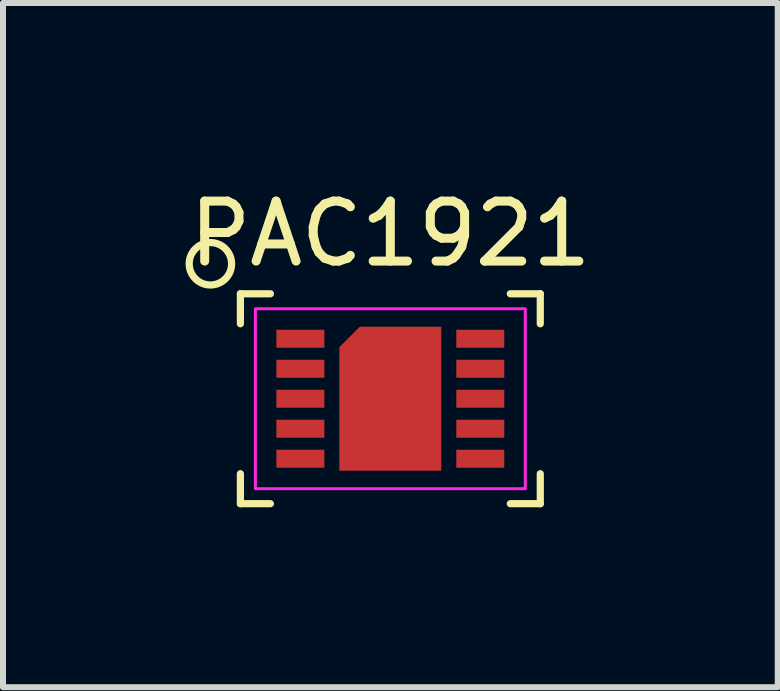
<source format=kicad_pcb>
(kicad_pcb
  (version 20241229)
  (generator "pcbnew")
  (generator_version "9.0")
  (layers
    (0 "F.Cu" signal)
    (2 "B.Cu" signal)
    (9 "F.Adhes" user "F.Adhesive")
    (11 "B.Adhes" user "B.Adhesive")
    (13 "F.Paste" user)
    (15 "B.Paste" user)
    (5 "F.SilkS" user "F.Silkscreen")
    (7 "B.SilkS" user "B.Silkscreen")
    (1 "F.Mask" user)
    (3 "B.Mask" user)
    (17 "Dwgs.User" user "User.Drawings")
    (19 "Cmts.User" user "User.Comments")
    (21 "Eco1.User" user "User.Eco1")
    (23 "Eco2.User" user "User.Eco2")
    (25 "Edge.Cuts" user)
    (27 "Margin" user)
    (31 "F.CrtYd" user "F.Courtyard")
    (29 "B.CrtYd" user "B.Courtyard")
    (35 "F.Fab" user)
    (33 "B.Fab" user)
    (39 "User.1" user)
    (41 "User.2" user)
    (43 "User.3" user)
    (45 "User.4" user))
  (footprint "PAC1921"
    (layer "F.Cu")
    (at 3.458 3.598)
    (property "Reference" "PAC1921" (at 0 -2.75 0) (unlocked yes) (layer "F.SilkS") (effects (font (size 1 1) (thickness 0.15))))
    (attr smd)
    (fp_line (start -2.5 -1.75) (end -2 -1.75) (stroke (width 0.12) (type solid)) (layer "F.SilkS"))
    (fp_line (start -2.5 -1.25) (end -2.5 -1.75) (stroke (width 0.12) (type solid)) (layer "F.SilkS"))
    (fp_line (start -2.5 1.75) (end -2.5 1.25) (stroke (width 0.12) (type solid)) (layer "F.SilkS"))
    (fp_line (start -2 1.75) (end -2.5 1.75) (stroke (width 0.12) (type solid)) (layer "F.SilkS"))
    (fp_line (start 2 -1.75) (end 2.5 -1.75) (stroke (width 0.12) (type solid)) (layer "F.SilkS"))
    (fp_line (start 2.5 -1.75) (end 2.5 -1.25) (stroke (width 0.12) (type solid)) (layer "F.SilkS"))
    (fp_line (start 2.5 1.25) (end 2.5 1.75) (stroke (width 0.12) (type solid)) (layer "F.SilkS"))
    (fp_line (start 2.5 1.75) (end 2 1.75) (stroke (width 0.12) (type solid)) (layer "F.SilkS"))
    (fp_circle (center -3 -2.25) (end -2.75 -2) (stroke (width 0.12) (type solid)) (fill no) (layer "F.SilkS"))
    (fp_rect (start -2.25 -1.5) (end 2.25 1.5) (stroke (width 0.05) (type solid)) (fill no) (layer "F.CrtYd"))
    (pad "1" smd rect (at -1.5 -1) (size 0.8 0.3) (layers "F.Cu" "F.Mask" "F.Paste"))
    (pad "2" smd rect (at -1.5 -0.5) (size 0.8 0.3) (layers "F.Cu" "F.Mask" "F.Paste"))
    (pad "3" smd rect (at -1.5 0) (size 0.8 0.3) (layers "F.Cu" "F.Mask" "F.Paste"))
    (pad "4" smd rect (at -1.5 0.5) (size 0.8 0.3) (layers "F.Cu" "F.Mask" "F.Paste"))
    (pad "5" smd rect (at -1.5 1) (size 0.8 0.3) (layers "F.Cu" "F.Mask" "F.Paste"))
    (pad "5" smd roundrect (at 0 0) (size 1.7 2.4) (layers "F.Cu" "F.Mask" "F.Paste") (roundrect_rratio 0) (chamfer_ratio 0.2) (chamfer top_left))
    (pad "6" smd rect (at 1.5 1) (size 0.8 0.3) (layers "F.Cu" "F.Mask" "F.Paste"))
    (pad "7" smd rect (at 1.5 0.5) (size 0.8 0.3) (layers "F.Cu" "F.Mask" "F.Paste"))
    (pad "8" smd rect (at 1.5 0) (size 0.8 0.3) (layers "F.Cu" "F.Mask" "F.Paste"))
    (pad "9" smd rect (at 1.5 -0.5) (size 0.8 0.3) (layers "F.Cu" "F.Mask" "F.Paste"))
    (pad "10" smd rect (at 1.5 -1) (size 0.8 0.3) (layers "F.Cu" "F.Mask" "F.Paste")))
  (gr_rect
    (start -3 -3)
    (end 9.917 8.408)
    (stroke (width 0.1) (type default))
    (fill no)
    (layer "Edge.Cuts")))
</source>
